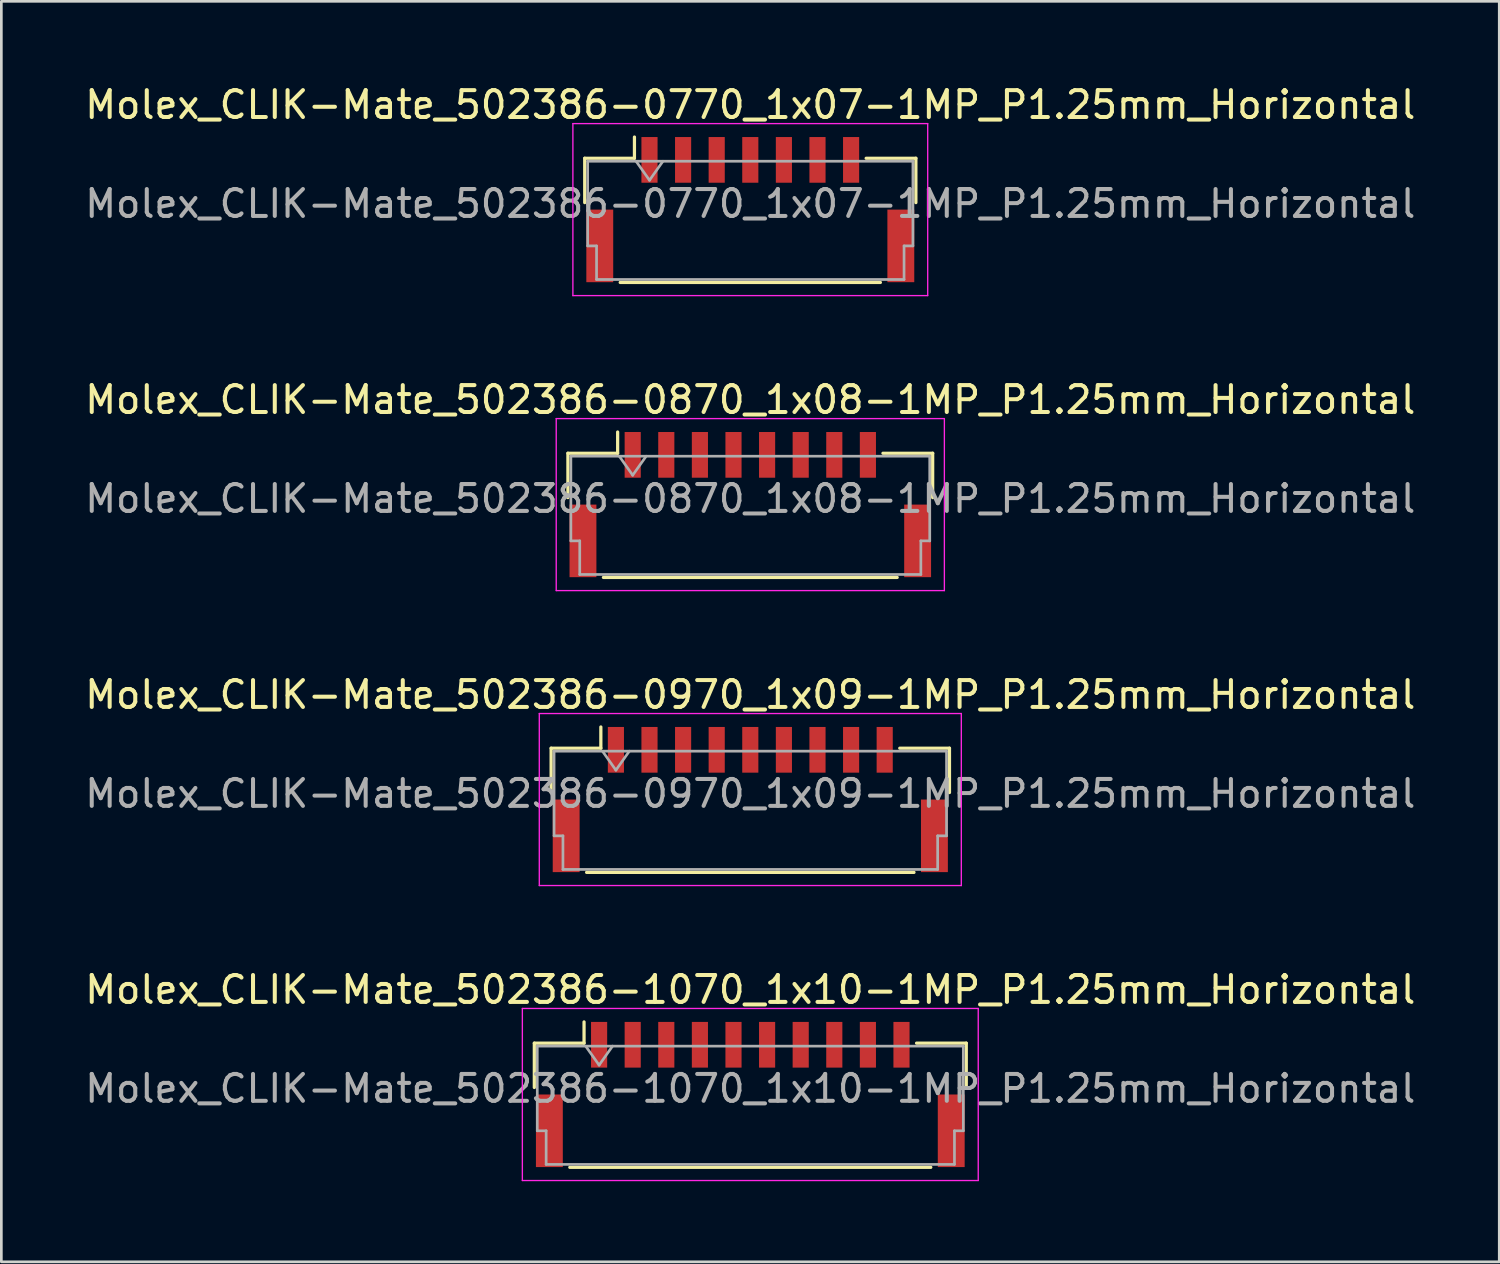
<source format=kicad_pcb>
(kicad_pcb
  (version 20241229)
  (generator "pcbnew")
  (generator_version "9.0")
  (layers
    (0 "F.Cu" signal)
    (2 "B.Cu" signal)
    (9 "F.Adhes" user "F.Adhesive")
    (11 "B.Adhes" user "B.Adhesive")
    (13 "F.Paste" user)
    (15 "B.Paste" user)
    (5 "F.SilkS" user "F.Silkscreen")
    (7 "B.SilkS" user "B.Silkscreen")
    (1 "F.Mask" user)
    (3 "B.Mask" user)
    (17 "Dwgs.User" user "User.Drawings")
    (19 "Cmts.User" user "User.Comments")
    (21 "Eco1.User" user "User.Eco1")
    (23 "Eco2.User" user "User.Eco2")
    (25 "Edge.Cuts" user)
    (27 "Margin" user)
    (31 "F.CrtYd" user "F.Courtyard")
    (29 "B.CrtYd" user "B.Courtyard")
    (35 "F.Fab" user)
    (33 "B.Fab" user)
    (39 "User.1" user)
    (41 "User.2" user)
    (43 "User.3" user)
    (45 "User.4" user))
  (footprint "Molex_CLIK-Mate_502386-0970_1x09-1MP_P1.25mm_Horizontal"
    (layer "F.Cu")
    (at 24.863 26.695)
    (property "Reference" "Molex_CLIK-Mate_502386-0970_1x09-1MP_P1.25mm_Horizontal" (at 0 -3.9 0) (layer "F.SilkS") (effects (font (size 1 1) (thickness 0.15))))
    (attr smd)
    (fp_line (start -7.41 -1.91) (end -5.56 -1.91) (stroke (width 0.12) (type solid)) (layer "F.SilkS"))
    (fp_line (start -7.41 -0.26) (end -7.41 -1.91) (stroke (width 0.12) (type solid)) (layer "F.SilkS"))
    (fp_line (start -6.09 2.71) (end 6.09 2.71) (stroke (width 0.12) (type solid)) (layer "F.SilkS"))
    (fp_line (start -5.56 -1.91) (end -5.56 -2.7) (stroke (width 0.12) (type solid)) (layer "F.SilkS"))
    (fp_line (start 7.41 -1.91) (end 5.56 -1.91) (stroke (width 0.12) (type solid)) (layer "F.SilkS"))
    (fp_line (start 7.41 -0.26) (end 7.41 -1.91) (stroke (width 0.12) (type solid)) (layer "F.SilkS"))
    (fp_line (start -7.85 -3.2) (end -7.85 3.2) (stroke (width 0.05) (type solid)) (layer "F.CrtYd"))
    (fp_line (start -7.85 3.2) (end 7.85 3.2) (stroke (width 0.05) (type solid)) (layer "F.CrtYd"))
    (fp_line (start 7.85 -3.2) (end -7.85 -3.2) (stroke (width 0.05) (type solid)) (layer "F.CrtYd"))
    (fp_line (start 7.85 3.2) (end 7.85 -3.2) (stroke (width 0.05) (type solid)) (layer "F.CrtYd"))
    (fp_line (start -7.3 -1.8) (end -7.3 1.35) (stroke (width 0.1) (type solid)) (layer "F.Fab"))
    (fp_line (start -7.3 -1.8) (end 7.3 -1.8) (stroke (width 0.1) (type solid)) (layer "F.Fab"))
    (fp_line (start -7.3 1.35) (end -6.97 1.35) (stroke (width 0.1) (type solid)) (layer "F.Fab"))
    (fp_line (start -6.97 1.35) (end -6.97 2.6) (stroke (width 0.1) (type solid)) (layer "F.Fab"))
    (fp_line (start -6.97 2.6) (end 6.97 2.6) (stroke (width 0.1) (type solid)) (layer "F.Fab"))
    (fp_line (start -5.5 -1.8) (end -5 -1.093) (stroke (width 0.1) (type solid)) (layer "F.Fab"))
    (fp_line (start -5 -1.093) (end -4.5 -1.8) (stroke (width 0.1) (type solid)) (layer "F.Fab"))
    (fp_line (start 6.97 1.35) (end 7.3 1.35) (stroke (width 0.1) (type solid)) (layer "F.Fab"))
    (fp_line (start 6.97 2.6) (end 6.97 1.35) (stroke (width 0.1) (type solid)) (layer "F.Fab"))
    (fp_line (start 7.3 -1.8) (end 7.3 1.35) (stroke (width 0.1) (type solid)) (layer "F.Fab"))
    (fp_text user "${REFERENCE}" (at 0 -0.22 0) (layer "F.Fab") (effects (font (size 1 1) (thickness 0.15))))
    (pad "1" smd rect (at -5 -1.85) (size 0.6 1.7) (layers "F.Cu" "F.Mask" "F.Paste"))
    (pad "2" smd rect (at -3.75 -1.85) (size 0.6 1.7) (layers "F.Cu" "F.Mask" "F.Paste"))
    (pad "3" smd rect (at -2.5 -1.85) (size 0.6 1.7) (layers "F.Cu" "F.Mask" "F.Paste"))
    (pad "4" smd rect (at -1.25 -1.85) (size 0.6 1.7) (layers "F.Cu" "F.Mask" "F.Paste"))
    (pad "5" smd rect (at 0 -1.85) (size 0.6 1.7) (layers "F.Cu" "F.Mask" "F.Paste"))
    (pad "6" smd rect (at 1.25 -1.85) (size 0.6 1.7) (layers "F.Cu" "F.Mask" "F.Paste"))
    (pad "7" smd rect (at 2.5 -1.85) (size 0.6 1.7) (layers "F.Cu" "F.Mask" "F.Paste"))
    (pad "8" smd rect (at 3.75 -1.85) (size 0.6 1.7) (layers "F.Cu" "F.Mask" "F.Paste"))
    (pad "9" smd rect (at 5 -1.85) (size 0.6 1.7) (layers "F.Cu" "F.Mask" "F.Paste"))
    (pad "MP" smd rect (at -6.85 1.35) (size 1 2.7) (layers "F.Cu" "F.Mask" "F.Paste"))
    (pad "MP" smd rect (at 6.85 1.35) (size 1 2.7) (layers "F.Cu" "F.Mask" "F.Paste")))
  (footprint "Molex_CLIK-Mate_502386-0770_1x07-1MP_P1.25mm_Horizontal"
    (layer "F.Cu")
    (at 24.863 4.748)
    (property "Reference" "Molex_CLIK-Mate_502386-0770_1x07-1MP_P1.25mm_Horizontal" (at 0 -3.9 0) (layer "F.SilkS") (effects (font (size 1 1) (thickness 0.15))))
    (attr smd)
    (fp_line (start -6.16 -1.91) (end -4.31 -1.91) (stroke (width 0.12) (type solid)) (layer "F.SilkS"))
    (fp_line (start -6.16 -0.26) (end -6.16 -1.91) (stroke (width 0.12) (type solid)) (layer "F.SilkS"))
    (fp_line (start -4.84 2.71) (end 4.84 2.71) (stroke (width 0.12) (type solid)) (layer "F.SilkS"))
    (fp_line (start -4.31 -1.91) (end -4.31 -2.7) (stroke (width 0.12) (type solid)) (layer "F.SilkS"))
    (fp_line (start 6.16 -1.91) (end 4.31 -1.91) (stroke (width 0.12) (type solid)) (layer "F.SilkS"))
    (fp_line (start 6.16 -0.26) (end 6.16 -1.91) (stroke (width 0.12) (type solid)) (layer "F.SilkS"))
    (fp_line (start -6.6 -3.2) (end -6.6 3.2) (stroke (width 0.05) (type solid)) (layer "F.CrtYd"))
    (fp_line (start -6.6 3.2) (end 6.6 3.2) (stroke (width 0.05) (type solid)) (layer "F.CrtYd"))
    (fp_line (start 6.6 -3.2) (end -6.6 -3.2) (stroke (width 0.05) (type solid)) (layer "F.CrtYd"))
    (fp_line (start 6.6 3.2) (end 6.6 -3.2) (stroke (width 0.05) (type solid)) (layer "F.CrtYd"))
    (fp_line (start -6.05 -1.8) (end -6.05 1.35) (stroke (width 0.1) (type solid)) (layer "F.Fab"))
    (fp_line (start -6.05 -1.8) (end 6.05 -1.8) (stroke (width 0.1) (type solid)) (layer "F.Fab"))
    (fp_line (start -6.05 1.35) (end -5.72 1.35) (stroke (width 0.1) (type solid)) (layer "F.Fab"))
    (fp_line (start -5.72 1.35) (end -5.72 2.6) (stroke (width 0.1) (type solid)) (layer "F.Fab"))
    (fp_line (start -5.72 2.6) (end 5.72 2.6) (stroke (width 0.1) (type solid)) (layer "F.Fab"))
    (fp_line (start -4.25 -1.8) (end -3.75 -1.093) (stroke (width 0.1) (type solid)) (layer "F.Fab"))
    (fp_line (start -3.75 -1.093) (end -3.25 -1.8) (stroke (width 0.1) (type solid)) (layer "F.Fab"))
    (fp_line (start 5.72 1.35) (end 6.05 1.35) (stroke (width 0.1) (type solid)) (layer "F.Fab"))
    (fp_line (start 5.72 2.6) (end 5.72 1.35) (stroke (width 0.1) (type solid)) (layer "F.Fab"))
    (fp_line (start 6.05 -1.8) (end 6.05 1.35) (stroke (width 0.1) (type solid)) (layer "F.Fab"))
    (fp_text user "${REFERENCE}" (at 0 -0.22 0) (layer "F.Fab") (effects (font (size 1 1) (thickness 0.15))))
    (pad "1" smd rect (at -3.75 -1.85) (size 0.6 1.7) (layers "F.Cu" "F.Mask" "F.Paste"))
    (pad "2" smd rect (at -2.5 -1.85) (size 0.6 1.7) (layers "F.Cu" "F.Mask" "F.Paste"))
    (pad "3" smd rect (at -1.25 -1.85) (size 0.6 1.7) (layers "F.Cu" "F.Mask" "F.Paste"))
    (pad "4" smd rect (at 0 -1.85) (size 0.6 1.7) (layers "F.Cu" "F.Mask" "F.Paste"))
    (pad "5" smd rect (at 1.25 -1.85) (size 0.6 1.7) (layers "F.Cu" "F.Mask" "F.Paste"))
    (pad "6" smd rect (at 2.5 -1.85) (size 0.6 1.7) (layers "F.Cu" "F.Mask" "F.Paste"))
    (pad "7" smd rect (at 3.75 -1.85) (size 0.6 1.7) (layers "F.Cu" "F.Mask" "F.Paste"))
    (pad "MP" smd rect (at -5.6 1.35) (size 1 2.7) (layers "F.Cu" "F.Mask" "F.Paste"))
    (pad "MP" smd rect (at 5.6 1.35) (size 1 2.7) (layers "F.Cu" "F.Mask" "F.Paste")))
  (footprint "Molex_CLIK-Mate_502386-1070_1x10-1MP_P1.25mm_Horizontal"
    (layer "F.Cu")
    (at 24.863 37.668)
    (property "Reference" "Molex_CLIK-Mate_502386-1070_1x10-1MP_P1.25mm_Horizontal" (at 0 -3.9 0) (layer "F.SilkS") (effects (font (size 1 1) (thickness 0.15))))
    (attr smd)
    (fp_line (start -8.035 -1.91) (end -6.185 -1.91) (stroke (width 0.12) (type solid)) (layer "F.SilkS"))
    (fp_line (start -8.035 -0.26) (end -8.035 -1.91) (stroke (width 0.12) (type solid)) (layer "F.SilkS"))
    (fp_line (start -6.715 2.71) (end 6.715 2.71) (stroke (width 0.12) (type solid)) (layer "F.SilkS"))
    (fp_line (start -6.185 -1.91) (end -6.185 -2.7) (stroke (width 0.12) (type solid)) (layer "F.SilkS"))
    (fp_line (start 8.035 -1.91) (end 6.185 -1.91) (stroke (width 0.12) (type solid)) (layer "F.SilkS"))
    (fp_line (start 8.035 -0.26) (end 8.035 -1.91) (stroke (width 0.12) (type solid)) (layer "F.SilkS"))
    (fp_line (start -8.48 -3.2) (end -8.48 3.2) (stroke (width 0.05) (type solid)) (layer "F.CrtYd"))
    (fp_line (start -8.48 3.2) (end 8.48 3.2) (stroke (width 0.05) (type solid)) (layer "F.CrtYd"))
    (fp_line (start 8.48 -3.2) (end -8.48 -3.2) (stroke (width 0.05) (type solid)) (layer "F.CrtYd"))
    (fp_line (start 8.48 3.2) (end 8.48 -3.2) (stroke (width 0.05) (type solid)) (layer "F.CrtYd"))
    (fp_line (start -7.925 -1.8) (end -7.925 1.35) (stroke (width 0.1) (type solid)) (layer "F.Fab"))
    (fp_line (start -7.925 -1.8) (end 7.925 -1.8) (stroke (width 0.1) (type solid)) (layer "F.Fab"))
    (fp_line (start -7.925 1.35) (end -7.595 1.35) (stroke (width 0.1) (type solid)) (layer "F.Fab"))
    (fp_line (start -7.595 1.35) (end -7.595 2.6) (stroke (width 0.1) (type solid)) (layer "F.Fab"))
    (fp_line (start -7.595 2.6) (end 7.595 2.6) (stroke (width 0.1) (type solid)) (layer "F.Fab"))
    (fp_line (start -6.125 -1.8) (end -5.625 -1.093) (stroke (width 0.1) (type solid)) (layer "F.Fab"))
    (fp_line (start -5.625 -1.093) (end -5.125 -1.8) (stroke (width 0.1) (type solid)) (layer "F.Fab"))
    (fp_line (start 7.595 1.35) (end 7.925 1.35) (stroke (width 0.1) (type solid)) (layer "F.Fab"))
    (fp_line (start 7.595 2.6) (end 7.595 1.35) (stroke (width 0.1) (type solid)) (layer "F.Fab"))
    (fp_line (start 7.925 -1.8) (end 7.925 1.35) (stroke (width 0.1) (type solid)) (layer "F.Fab"))
    (fp_text user "${REFERENCE}" (at 0 -0.22 0) (layer "F.Fab") (effects (font (size 1 1) (thickness 0.15))))
    (pad "1" smd rect (at -5.625 -1.85) (size 0.6 1.7) (layers "F.Cu" "F.Mask" "F.Paste"))
    (pad "2" smd rect (at -4.375 -1.85) (size 0.6 1.7) (layers "F.Cu" "F.Mask" "F.Paste"))
    (pad "3" smd rect (at -3.125 -1.85) (size 0.6 1.7) (layers "F.Cu" "F.Mask" "F.Paste"))
    (pad "4" smd rect (at -1.875 -1.85) (size 0.6 1.7) (layers "F.Cu" "F.Mask" "F.Paste"))
    (pad "5" smd rect (at -0.625 -1.85) (size 0.6 1.7) (layers "F.Cu" "F.Mask" "F.Paste"))
    (pad "6" smd rect (at 0.625 -1.85) (size 0.6 1.7) (layers "F.Cu" "F.Mask" "F.Paste"))
    (pad "7" smd rect (at 1.875 -1.85) (size 0.6 1.7) (layers "F.Cu" "F.Mask" "F.Paste"))
    (pad "8" smd rect (at 3.125 -1.85) (size 0.6 1.7) (layers "F.Cu" "F.Mask" "F.Paste"))
    (pad "9" smd rect (at 4.375 -1.85) (size 0.6 1.7) (layers "F.Cu" "F.Mask" "F.Paste"))
    (pad "10" smd rect (at 5.625 -1.85) (size 0.6 1.7) (layers "F.Cu" "F.Mask" "F.Paste"))
    (pad "MP" smd rect (at -7.475 1.35) (size 1 2.7) (layers "F.Cu" "F.Mask" "F.Paste"))
    (pad "MP" smd rect (at 7.475 1.35) (size 1 2.7) (layers "F.Cu" "F.Mask" "F.Paste")))
  (footprint "Molex_CLIK-Mate_502386-0870_1x08-1MP_P1.25mm_Horizontal"
    (layer "F.Cu")
    (at 24.863 15.722)
    (property "Reference" "Molex_CLIK-Mate_502386-0870_1x08-1MP_P1.25mm_Horizontal" (at 0 -3.9 0) (layer "F.SilkS") (effects (font (size 1 1) (thickness 0.15))))
    (attr smd)
    (fp_line (start -6.785 -1.91) (end -4.935 -1.91) (stroke (width 0.12) (type solid)) (layer "F.SilkS"))
    (fp_line (start -6.785 -0.26) (end -6.785 -1.91) (stroke (width 0.12) (type solid)) (layer "F.SilkS"))
    (fp_line (start -5.465 2.71) (end 5.465 2.71) (stroke (width 0.12) (type solid)) (layer "F.SilkS"))
    (fp_line (start -4.935 -1.91) (end -4.935 -2.7) (stroke (width 0.12) (type solid)) (layer "F.SilkS"))
    (fp_line (start 6.785 -1.91) (end 4.935 -1.91) (stroke (width 0.12) (type solid)) (layer "F.SilkS"))
    (fp_line (start 6.785 -0.26) (end 6.785 -1.91) (stroke (width 0.12) (type solid)) (layer "F.SilkS"))
    (fp_line (start -7.22 -3.2) (end -7.22 3.2) (stroke (width 0.05) (type solid)) (layer "F.CrtYd"))
    (fp_line (start -7.22 3.2) (end 7.22 3.2) (stroke (width 0.05) (type solid)) (layer "F.CrtYd"))
    (fp_line (start 7.22 -3.2) (end -7.22 -3.2) (stroke (width 0.05) (type solid)) (layer "F.CrtYd"))
    (fp_line (start 7.22 3.2) (end 7.22 -3.2) (stroke (width 0.05) (type solid)) (layer "F.CrtYd"))
    (fp_line (start -6.675 -1.8) (end -6.675 1.35) (stroke (width 0.1) (type solid)) (layer "F.Fab"))
    (fp_line (start -6.675 -1.8) (end 6.675 -1.8) (stroke (width 0.1) (type solid)) (layer "F.Fab"))
    (fp_line (start -6.675 1.35) (end -6.345 1.35) (stroke (width 0.1) (type solid)) (layer "F.Fab"))
    (fp_line (start -6.345 1.35) (end -6.345 2.6) (stroke (width 0.1) (type solid)) (layer "F.Fab"))
    (fp_line (start -6.345 2.6) (end 6.345 2.6) (stroke (width 0.1) (type solid)) (layer "F.Fab"))
    (fp_line (start -4.875 -1.8) (end -4.375 -1.093) (stroke (width 0.1) (type solid)) (layer "F.Fab"))
    (fp_line (start -4.375 -1.093) (end -3.875 -1.8) (stroke (width 0.1) (type solid)) (layer "F.Fab"))
    (fp_line (start 6.345 1.35) (end 6.675 1.35) (stroke (width 0.1) (type solid)) (layer "F.Fab"))
    (fp_line (start 6.345 2.6) (end 6.345 1.35) (stroke (width 0.1) (type solid)) (layer "F.Fab"))
    (fp_line (start 6.675 -1.8) (end 6.675 1.35) (stroke (width 0.1) (type solid)) (layer "F.Fab"))
    (fp_text user "${REFERENCE}" (at 0 -0.22 0) (layer "F.Fab") (effects (font (size 1 1) (thickness 0.15))))
    (pad "1" smd rect (at -4.375 -1.85) (size 0.6 1.7) (layers "F.Cu" "F.Mask" "F.Paste"))
    (pad "2" smd rect (at -3.125 -1.85) (size 0.6 1.7) (layers "F.Cu" "F.Mask" "F.Paste"))
    (pad "3" smd rect (at -1.875 -1.85) (size 0.6 1.7) (layers "F.Cu" "F.Mask" "F.Paste"))
    (pad "4" smd rect (at -0.625 -1.85) (size 0.6 1.7) (layers "F.Cu" "F.Mask" "F.Paste"))
    (pad "5" smd rect (at 0.625 -1.85) (size 0.6 1.7) (layers "F.Cu" "F.Mask" "F.Paste"))
    (pad "6" smd rect (at 1.875 -1.85) (size 0.6 1.7) (layers "F.Cu" "F.Mask" "F.Paste"))
    (pad "7" smd rect (at 3.125 -1.85) (size 0.6 1.7) (layers "F.Cu" "F.Mask" "F.Paste"))
    (pad "8" smd rect (at 4.375 -1.85) (size 0.6 1.7) (layers "F.Cu" "F.Mask" "F.Paste"))
    (pad "MP" smd rect (at -6.225 1.35) (size 1 2.7) (layers "F.Cu" "F.Mask" "F.Paste"))
    (pad "MP" smd rect (at 6.225 1.35) (size 1 2.7) (layers "F.Cu" "F.Mask" "F.Paste")))
  (gr_rect
    (start -3 -3)
    (end 52.726 43.893)
    (stroke (width 0.1) (type default))
    (fill no)
    (layer "Edge.Cuts")))
</source>
